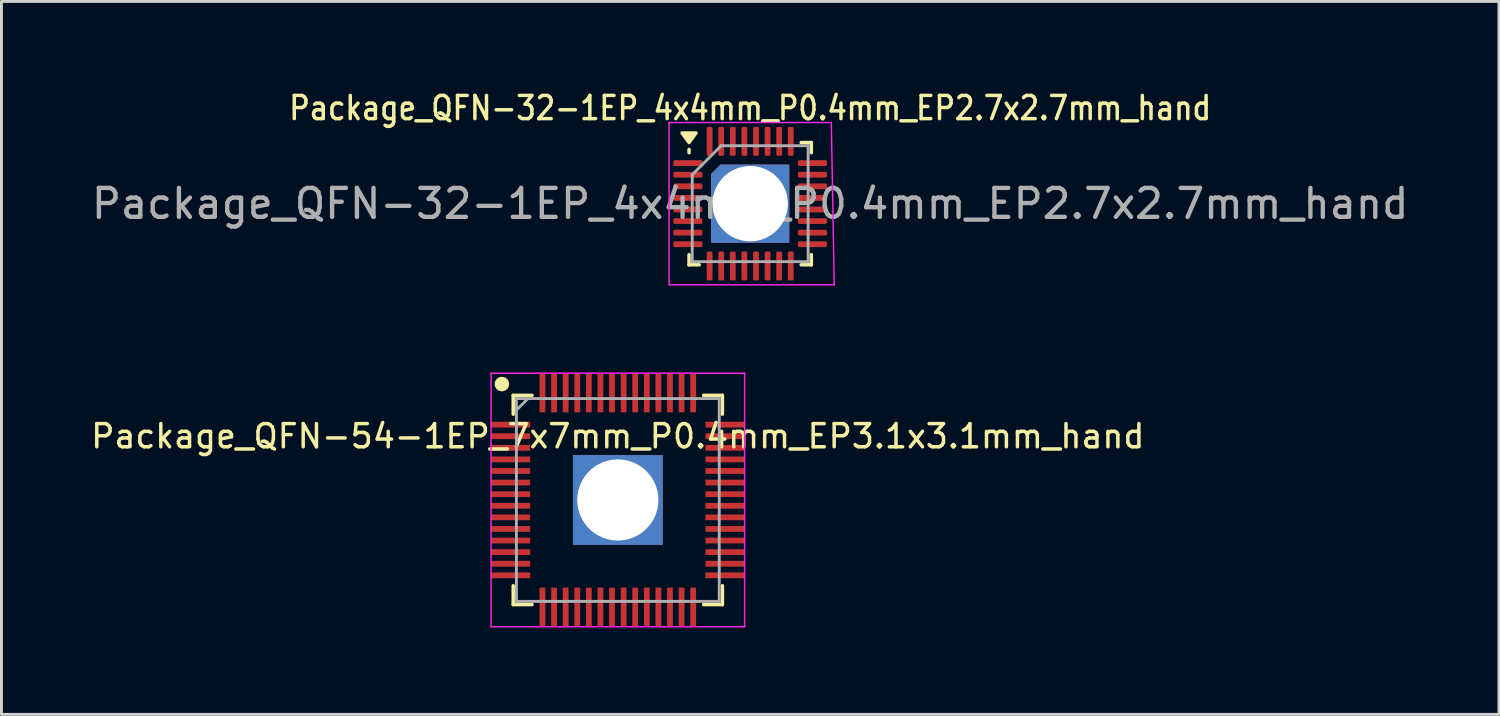
<source format=kicad_pcb>
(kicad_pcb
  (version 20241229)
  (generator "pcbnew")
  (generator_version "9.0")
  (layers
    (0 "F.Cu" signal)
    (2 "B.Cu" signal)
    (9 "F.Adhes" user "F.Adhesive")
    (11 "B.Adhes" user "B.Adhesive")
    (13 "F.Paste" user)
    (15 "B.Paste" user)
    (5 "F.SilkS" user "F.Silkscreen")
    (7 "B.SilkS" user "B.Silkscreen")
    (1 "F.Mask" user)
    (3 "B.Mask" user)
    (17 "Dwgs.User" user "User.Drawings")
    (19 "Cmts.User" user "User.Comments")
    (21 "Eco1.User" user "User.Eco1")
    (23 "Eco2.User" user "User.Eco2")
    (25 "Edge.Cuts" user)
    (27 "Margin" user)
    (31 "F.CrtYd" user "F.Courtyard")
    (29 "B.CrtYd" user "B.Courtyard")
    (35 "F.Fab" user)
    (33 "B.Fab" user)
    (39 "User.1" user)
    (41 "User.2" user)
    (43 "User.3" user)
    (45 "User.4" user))
  (footprint "Package_QFN-54-1EP_7x7mm_P0.4mm_EP3.1x3.1mm_hand"
    (layer "F.Cu")
    (at 18.271 14.204)
    (property "Reference" "Package_QFN-54-1EP_7x7mm_P0.4mm_EP3.1x3.1mm_hand" (at 0 -2.2 0) (layer "F.SilkS") (effects (font (size 0.8 0.8) (thickness 0.12))))
    (attr smd)
    (fp_line (start -3.61 -3.61) (end -3.61 -2.96) (stroke (width 0.12) (type solid)) (layer "F.SilkS"))
    (fp_line (start -3.61 3.61) (end -3.61 2.96) (stroke (width 0.12) (type solid)) (layer "F.SilkS"))
    (fp_line (start -2.96 -3.61) (end -3.61 -3.61) (stroke (width 0.12) (type solid)) (layer "F.SilkS"))
    (fp_line (start -2.96 3.61) (end -3.61 3.61) (stroke (width 0.12) (type solid)) (layer "F.SilkS"))
    (fp_line (start 2.96 -3.61) (end 3.61 -3.61) (stroke (width 0.12) (type solid)) (layer "F.SilkS"))
    (fp_line (start 2.96 3.61) (end 3.61 3.61) (stroke (width 0.12) (type solid)) (layer "F.SilkS"))
    (fp_line (start 3.61 -3.61) (end 3.61 -2.96) (stroke (width 0.12) (type solid)) (layer "F.SilkS"))
    (fp_line (start 3.61 3.61) (end 3.61 2.96) (stroke (width 0.12) (type solid)) (layer "F.SilkS"))
    (fp_circle (center -4 -4) (end -3.85 -4) (stroke (width 0.2) (type solid)) (fill yes) (layer "F.SilkS"))
    (fp_line (start -4.375 -4.375) (end 4.375 -4.375) (stroke (width 0.05) (type solid)) (layer "F.CrtYd"))
    (fp_line (start -4.375 4.375) (end -4.375 -4.375) (stroke (width 0.05) (type solid)) (layer "F.CrtYd"))
    (fp_line (start 4.375 -4.375) (end 4.375 4.375) (stroke (width 0.05) (type solid)) (layer "F.CrtYd"))
    (fp_line (start 4.375 4.375) (end -4.375 4.375) (stroke (width 0.05) (type solid)) (layer "F.CrtYd"))
    (fp_line (start -3.5 -3.5) (end 3.5 -3.5) (stroke (width 0.1) (type solid)) (layer "F.Fab"))
    (fp_line (start -3.5 -3.1) (end -3.1 -3.5) (stroke (width 0.1) (type solid)) (layer "F.Fab"))
    (fp_line (start -3.5 3.5) (end -3.5 -3.5) (stroke (width 0.1) (type solid)) (layer "F.Fab"))
    (fp_line (start 3.5 -3.5) (end 3.5 3.5) (stroke (width 0.1) (type solid)) (layer "F.Fab"))
    (fp_line (start 3.5 3.5) (end -3.5 3.5) (stroke (width 0.1) (type solid)) (layer "F.Fab"))
    (pad "1" smd rect (at -3.7 -2.6 90) (size 0.2 1.35) (layers "F.Cu" "F.Mask" "F.Paste"))
    (pad "2" smd rect (at -3.7 -2.2 90) (size 0.2 1.35) (layers "F.Cu" "F.Mask" "F.Paste"))
    (pad "3" smd rect (at -3.7 -1.8 90) (size 0.2 1.35) (layers "F.Cu" "F.Mask" "F.Paste"))
    (pad "4" smd rect (at -3.7 -1.4 90) (size 0.2 1.35) (layers "F.Cu" "F.Mask" "F.Paste"))
    (pad "5" smd rect (at -3.7 -1 90) (size 0.2 1.35) (layers "F.Cu" "F.Mask" "F.Paste"))
    (pad "6" smd rect (at -3.7 -0.6 90) (size 0.2 1.35) (layers "F.Cu" "F.Mask" "F.Paste"))
    (pad "7" smd rect (at -3.7 -0.2 90) (size 0.2 1.35) (layers "F.Cu" "F.Mask" "F.Paste"))
    (pad "8" smd rect (at -3.7 0.2 90) (size 0.2 1.35) (layers "F.Cu" "F.Mask" "F.Paste"))
    (pad "9" smd rect (at -3.7 0.6 90) (size 0.2 1.35) (layers "F.Cu" "F.Mask" "F.Paste"))
    (pad "10" smd rect (at -3.7 1 90) (size 0.2 1.35) (layers "F.Cu" "F.Mask" "F.Paste"))
    (pad "11" smd rect (at -3.7 1.4 90) (size 0.2 1.35) (layers "F.Cu" "F.Mask" "F.Paste"))
    (pad "12" smd rect (at -3.7 1.8 90) (size 0.2 1.35) (layers "F.Cu" "F.Mask" "F.Paste"))
    (pad "13" smd rect (at -3.7 2.2 90) (size 0.2 1.35) (layers "F.Cu" "F.Mask" "F.Paste"))
    (pad "14" smd rect (at -3.7 2.6 90) (size 0.2 1.35) (layers "F.Cu" "F.Mask" "F.Paste"))
    (pad "15" smd rect (at -2.6 3.7) (size 0.2 1.35) (layers "F.Cu" "F.Mask" "F.Paste"))
    (pad "16" smd rect (at -2.2 3.7) (size 0.2 1.35) (layers "F.Cu" "F.Mask" "F.Paste"))
    (pad "17" smd rect (at -1.8 3.7) (size 0.2 1.35) (layers "F.Cu" "F.Mask" "F.Paste"))
    (pad "18" smd rect (at -1.4 3.7) (size 0.2 1.35) (layers "F.Cu" "F.Mask" "F.Paste"))
    (pad "19" smd rect (at -1 3.7) (size 0.2 1.35) (layers "F.Cu" "F.Mask" "F.Paste"))
    (pad "20" smd rect (at -0.6 3.7) (size 0.2 1.35) (layers "F.Cu" "F.Mask" "F.Paste"))
    (pad "21" smd rect (at -0.2 3.7) (size 0.2 1.35) (layers "F.Cu" "F.Mask" "F.Paste"))
    (pad "22" smd rect (at 0.2 3.7) (size 0.2 1.35) (layers "F.Cu" "F.Mask" "F.Paste"))
    (pad "23" smd rect (at 0.6 3.7) (size 0.2 1.35) (layers "F.Cu" "F.Mask" "F.Paste"))
    (pad "24" smd rect (at 1 3.7) (size 0.2 1.35) (layers "F.Cu" "F.Mask" "F.Paste"))
    (pad "25" smd rect (at 1.4 3.7) (size 0.2 1.35) (layers "F.Cu" "F.Mask" "F.Paste"))
    (pad "26" smd rect (at 1.8 3.7) (size 0.2 1.35) (layers "F.Cu" "F.Mask" "F.Paste"))
    (pad "27" smd rect (at 2.2 3.7) (size 0.2 1.35) (layers "F.Cu" "F.Mask" "F.Paste"))
    (pad "28" smd rect (at 2.6 3.7) (size 0.2 1.35) (layers "F.Cu" "F.Mask" "F.Paste"))
    (pad "29" smd rect (at 3.7 2.6 90) (size 0.2 1.35) (layers "F.Cu" "F.Mask" "F.Paste"))
    (pad "30" smd rect (at 3.7 2.2 90) (size 0.2 1.35) (layers "F.Cu" "F.Mask" "F.Paste"))
    (pad "31" smd rect (at 3.7 1.8 90) (size 0.2 1.35) (layers "F.Cu" "F.Mask" "F.Paste"))
    (pad "32" smd rect (at 3.7 1.4 90) (size 0.2 1.35) (layers "F.Cu" "F.Mask" "F.Paste"))
    (pad "33" smd rect (at 3.7 1 90) (size 0.2 1.35) (layers "F.Cu" "F.Mask" "F.Paste"))
    (pad "34" smd rect (at 3.7 0.6 90) (size 0.2 1.35) (layers "F.Cu" "F.Mask" "F.Paste"))
    (pad "35" smd rect (at 3.7 0.2 90) (size 0.2 1.35) (layers "F.Cu" "F.Mask" "F.Paste"))
    (pad "36" smd rect (at 3.7 -0.2 90) (size 0.2 1.35) (layers "F.Cu" "F.Mask" "F.Paste"))
    (pad "37" smd rect (at 3.7 -0.6 90) (size 0.2 1.35) (layers "F.Cu" "F.Mask" "F.Paste"))
    (pad "38" smd rect (at 3.7 -1 90) (size 0.2 1.35) (layers "F.Cu" "F.Mask" "F.Paste"))
    (pad "39" smd rect (at 3.7 -1.4 90) (size 0.2 1.35) (layers "F.Cu" "F.Mask" "F.Paste"))
    (pad "40" smd rect (at 3.7 -1.8 90) (size 0.2 1.35) (layers "F.Cu" "F.Mask" "F.Paste"))
    (pad "41" smd rect (at 3.7 -2.2 90) (size 0.2 1.35) (layers "F.Cu" "F.Mask" "F.Paste"))
    (pad "42" smd rect (at 3.7 -2.6 90) (size 0.2 1.35) (layers "F.Cu" "F.Mask" "F.Paste"))
    (pad "43" smd rect (at 2.6 -3.7) (size 0.2 1.35) (layers "F.Cu" "F.Mask" "F.Paste"))
    (pad "44" smd rect (at 2.2 -3.7) (size 0.2 1.35) (layers "F.Cu" "F.Mask" "F.Paste"))
    (pad "45" smd rect (at 1.8 -3.7) (size 0.2 1.35) (layers "F.Cu" "F.Mask" "F.Paste"))
    (pad "46" smd rect (at 1.4 -3.7) (size 0.2 1.35) (layers "F.Cu" "F.Mask" "F.Paste"))
    (pad "47" smd rect (at 1 -3.7) (size 0.2 1.35) (layers "F.Cu" "F.Mask" "F.Paste"))
    (pad "48" smd rect (at 0.6 -3.7) (size 0.2 1.35) (layers "F.Cu" "F.Mask" "F.Paste"))
    (pad "49" smd rect (at 0.2 -3.7) (size 0.2 1.35) (layers "F.Cu" "F.Mask" "F.Paste"))
    (pad "50" smd rect (at -0.2 -3.7) (size 0.2 1.35) (layers "F.Cu" "F.Mask" "F.Paste"))
    (pad "51" smd rect (at -0.6 -3.7) (size 0.2 1.35) (layers "F.Cu" "F.Mask" "F.Paste"))
    (pad "52" smd rect (at -1 -3.7) (size 0.2 1.35) (layers "F.Cu" "F.Mask" "F.Paste"))
    (pad "53" smd rect (at -1.4 -3.7) (size 0.2 1.35) (layers "F.Cu" "F.Mask" "F.Paste"))
    (pad "54" smd rect (at -1.8 -3.7) (size 0.2 1.35) (layers "F.Cu" "F.Mask" "F.Paste"))
    (pad "55" smd rect (at -2.2 -3.7) (size 0.2 1.35) (layers "F.Cu" "F.Mask" "F.Paste"))
    (pad "56" smd rect (at -2.6 -3.7) (size 0.2 1.35) (layers "F.Cu" "F.Mask" "F.Paste"))
    (pad "57" thru_hole rect (at 0 0) (size 3.1 3.1) (drill 2.8) (layers "*.Cu" "*.Mask")))
  (footprint "Package_QFN-32-1EP_4x4mm_P0.4mm_EP2.7x2.7mm_hand"
    (layer "F.Cu")
    (at 22.839 3.979)
    (property "Reference" "Package_QFN-32-1EP_4x4mm_P0.4mm_EP2.7x2.7mm_hand" (at 0 -3.3 0) (layer "F.SilkS") (effects (font (size 0.8 0.7) (thickness 0.12) (bold yes))))
    (attr smd)
    (fp_line (start -2.11 -1.76) (end -2.11 -1.87) (stroke (width 0.12) (type solid)) (layer "F.SilkS"))
    (fp_line (start -2.11 2.11) (end -2.11 1.76) (stroke (width 0.12) (type solid)) (layer "F.SilkS"))
    (fp_line (start -1.76 2.11) (end -2.11 2.11) (stroke (width 0.12) (type solid)) (layer "F.SilkS"))
    (fp_line (start 1.76 -2.11) (end 2.11 -2.11) (stroke (width 0.12) (type solid)) (layer "F.SilkS"))
    (fp_line (start 1.76 2.11) (end 2.11 2.11) (stroke (width 0.12) (type solid)) (layer "F.SilkS"))
    (fp_line (start 2.11 -2.11) (end 2.11 -1.76) (stroke (width 0.12) (type solid)) (layer "F.SilkS"))
    (fp_line (start 2.11 2.11) (end 2.11 1.76) (stroke (width 0.12) (type solid)) (layer "F.SilkS"))
    (fp_poly (pts (xy -2.11 -2.11) (xy -2.35 -2.44) (xy -1.87 -2.44) (xy -2.11 -2.11)) (stroke (width 0.12) (type solid)) (fill yes) (layer "F.SilkS"))
    (fp_line (start -2.8 -2.8) (end -2.8 2.8) (stroke (width 0.05) (type solid)) (layer "F.CrtYd"))
    (fp_line (start -2.8 2.8) (end 2.9 2.8) (stroke (width 0.05) (type solid)) (layer "F.CrtYd"))
    (fp_line (start 2.8 -2.8) (end -2.8 -2.8) (stroke (width 0.05) (type solid)) (layer "F.CrtYd"))
    (fp_line (start 2.9 2.8) (end 2.8 -2.8) (stroke (width 0.05) (type solid)) (layer "F.CrtYd"))
    (fp_line (start -2 -1) (end -1 -2) (stroke (width 0.1) (type solid)) (layer "F.Fab"))
    (fp_line (start -2 2) (end -2 -1) (stroke (width 0.1) (type solid)) (layer "F.Fab"))
    (fp_line (start -1 -2) (end 2 -2) (stroke (width 0.1) (type solid)) (layer "F.Fab"))
    (fp_line (start 2 -2) (end 2 2) (stroke (width 0.1) (type solid)) (layer "F.Fab"))
    (fp_line (start 2 2) (end -2 2) (stroke (width 0.1) (type solid)) (layer "F.Fab"))
    (fp_text user "${REFERENCE}" (at 0 0 0) (layer "F.Fab") (effects (font (size 1 1) (thickness 0.15))))
    (pad "0" thru_hole roundrect (at 0 0) (size 2.7 2.7) (drill 2.6) (property pad_prop_heatsink) (layers "*.Cu" "*.Mask") (roundrect_rratio 0) (chamfer_ratio 0.12) (chamfer top_left))
    (pad "1" smd roundrect (at -2.15 -1.4) (size 1 0.2) (layers "F.Cu" "F.Mask" "F.Paste") (roundrect_rratio 0.25))
    (pad "2" smd roundrect (at -2.15 -1) (size 1 0.2) (layers "F.Cu" "F.Mask" "F.Paste") (roundrect_rratio 0.25))
    (pad "3" smd roundrect (at -2.15 -0.6) (size 1 0.2) (layers "F.Cu" "F.Mask" "F.Paste") (roundrect_rratio 0.25))
    (pad "4" smd roundrect (at -2.15 -0.2) (size 1 0.2) (layers "F.Cu" "F.Mask" "F.Paste") (roundrect_rratio 0.25))
    (pad "5" smd roundrect (at -2.15 0.2) (size 1 0.2) (layers "F.Cu" "F.Mask" "F.Paste") (roundrect_rratio 0.25))
    (pad "6" smd roundrect (at -2.15 0.6) (size 1 0.2) (layers "F.Cu" "F.Mask" "F.Paste") (roundrect_rratio 0.25))
    (pad "7" smd roundrect (at -2.15 1) (size 1 0.2) (layers "F.Cu" "F.Mask" "F.Paste") (roundrect_rratio 0.25))
    (pad "8" smd roundrect (at -2.15 1.4) (size 1 0.2) (layers "F.Cu" "F.Mask" "F.Paste") (roundrect_rratio 0.25))
    (pad "9" smd roundrect (at -1.4 2.15) (size 0.2 1) (layers "F.Cu" "F.Mask" "F.Paste") (roundrect_rratio 0.25))
    (pad "10" smd roundrect (at -1 2.15) (size 0.2 1) (layers "F.Cu" "F.Mask" "F.Paste") (roundrect_rratio 0.25))
    (pad "11" smd roundrect (at -0.6 2.15) (size 0.2 1) (layers "F.Cu" "F.Mask" "F.Paste") (roundrect_rratio 0.25))
    (pad "12" smd roundrect (at -0.2 2.15) (size 0.2 1) (layers "F.Cu" "F.Mask" "F.Paste") (roundrect_rratio 0.25))
    (pad "13" smd roundrect (at 0.2 2.15) (size 0.2 1) (layers "F.Cu" "F.Mask" "F.Paste") (roundrect_rratio 0.25))
    (pad "14" smd roundrect (at 0.6 2.15) (size 0.2 1) (layers "F.Cu" "F.Mask" "F.Paste") (roundrect_rratio 0.25))
    (pad "15" smd roundrect (at 1 2.15) (size 0.2 1) (layers "F.Cu" "F.Mask" "F.Paste") (roundrect_rratio 0.25))
    (pad "16" smd roundrect (at 1.4 2.15) (size 0.2 1) (layers "F.Cu" "F.Mask" "F.Paste") (roundrect_rratio 0.25))
    (pad "17" smd roundrect (at 2.15 1.4) (size 1 0.2) (layers "F.Cu" "F.Mask" "F.Paste") (roundrect_rratio 0.25))
    (pad "18" smd roundrect (at 2.15 1) (size 1 0.2) (layers "F.Cu" "F.Mask" "F.Paste") (roundrect_rratio 0.25))
    (pad "19" smd roundrect (at 2.15 0.6) (size 1 0.2) (layers "F.Cu" "F.Mask" "F.Paste") (roundrect_rratio 0.25))
    (pad "20" smd roundrect (at 2.15 0.2) (size 1 0.2) (layers "F.Cu" "F.Mask" "F.Paste") (roundrect_rratio 0.25))
    (pad "21" smd roundrect (at 2.15 -0.2) (size 1 0.2) (layers "F.Cu" "F.Mask" "F.Paste") (roundrect_rratio 0.25))
    (pad "22" smd roundrect (at 2.15 -0.6) (size 1 0.2) (layers "F.Cu" "F.Mask" "F.Paste") (roundrect_rratio 0.25))
    (pad "23" smd roundrect (at 2.15 -1) (size 1 0.2) (layers "F.Cu" "F.Mask" "F.Paste") (roundrect_rratio 0.25))
    (pad "24" smd roundrect (at 2.15 -1.4) (size 1 0.2) (layers "F.Cu" "F.Mask" "F.Paste") (roundrect_rratio 0.25))
    (pad "25" smd roundrect (at 1.4 -2.15) (size 0.2 1) (layers "F.Cu" "F.Mask" "F.Paste") (roundrect_rratio 0.25))
    (pad "26" smd roundrect (at 1 -2.15) (size 0.2 1) (layers "F.Cu" "F.Mask" "F.Paste") (roundrect_rratio 0.25))
    (pad "27" smd roundrect (at 0.6 -2.15) (size 0.2 1) (layers "F.Cu" "F.Mask" "F.Paste") (roundrect_rratio 0.25))
    (pad "28" smd roundrect (at 0.2 -2.15) (size 0.2 1) (layers "F.Cu" "F.Mask" "F.Paste") (roundrect_rratio 0.25))
    (pad "29" smd roundrect (at -0.2 -2.15) (size 0.2 1) (layers "F.Cu" "F.Mask" "F.Paste") (roundrect_rratio 0.25))
    (pad "30" smd roundrect (at -0.6 -2.15) (size 0.2 1) (layers "F.Cu" "F.Mask" "F.Paste") (roundrect_rratio 0.25))
    (pad "31" smd roundrect (at -1 -2.15) (size 0.2 1) (layers "F.Cu" "F.Mask" "F.Paste") (roundrect_rratio 0.25))
    (pad "32" smd roundrect (at -1.4 -2.15) (size 0.2 1) (layers "F.Cu" "F.Mask" "F.Paste") (roundrect_rratio 0.25)))
  (gr_rect
    (start -3 -3)
    (end 48.679 21.604)
    (stroke (width 0.1) (type default))
    (fill no)
    (layer "Edge.Cuts")))
</source>
